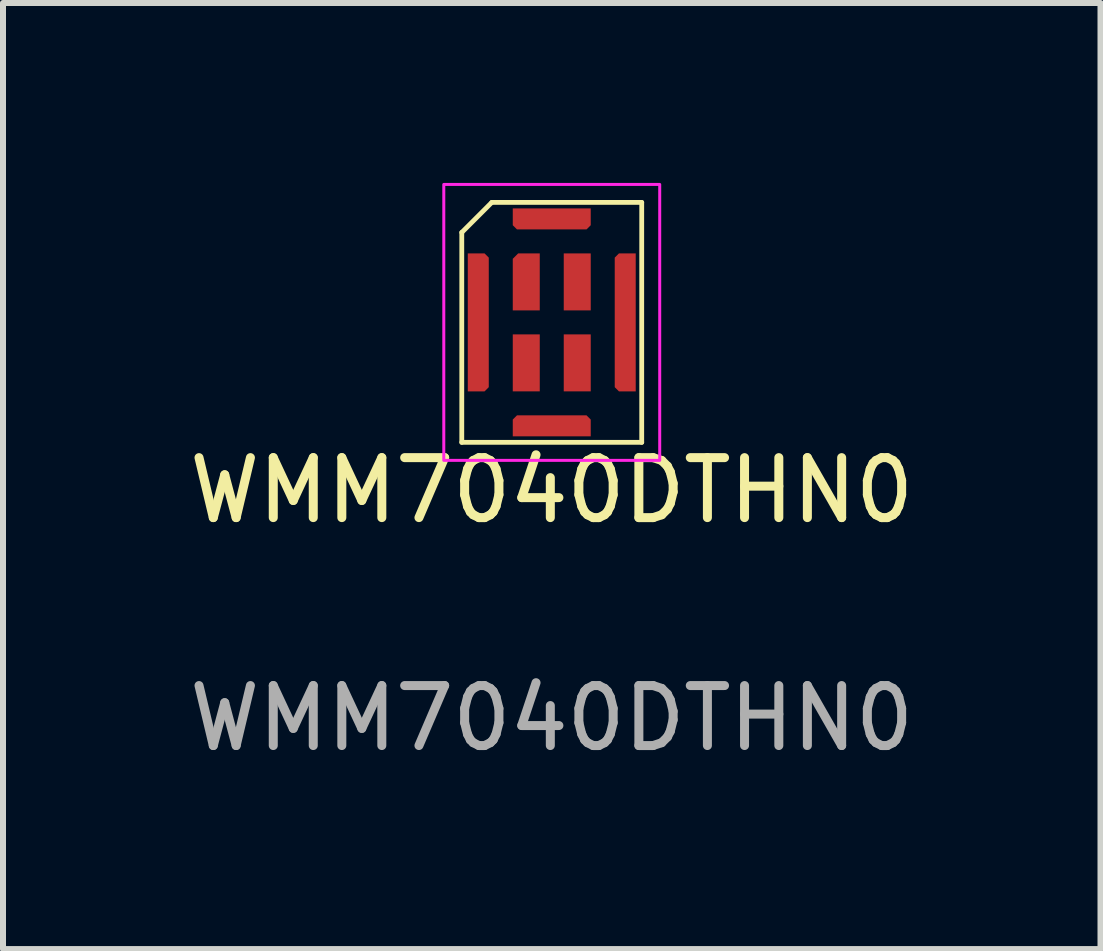
<source format=kicad_pcb>
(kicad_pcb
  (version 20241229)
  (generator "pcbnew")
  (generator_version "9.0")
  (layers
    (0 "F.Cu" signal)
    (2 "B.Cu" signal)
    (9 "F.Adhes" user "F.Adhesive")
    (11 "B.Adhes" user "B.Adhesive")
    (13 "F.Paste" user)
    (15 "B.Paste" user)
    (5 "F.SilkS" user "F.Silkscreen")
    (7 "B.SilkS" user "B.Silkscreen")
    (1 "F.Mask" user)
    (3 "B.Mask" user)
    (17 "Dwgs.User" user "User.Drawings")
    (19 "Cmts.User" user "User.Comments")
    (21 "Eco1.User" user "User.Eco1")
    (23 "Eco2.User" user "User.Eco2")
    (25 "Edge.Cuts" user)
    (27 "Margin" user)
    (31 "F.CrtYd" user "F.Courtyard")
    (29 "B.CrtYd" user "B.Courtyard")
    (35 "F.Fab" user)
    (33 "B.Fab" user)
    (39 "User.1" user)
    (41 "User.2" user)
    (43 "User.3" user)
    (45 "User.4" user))
  (footprint "WMM7040DTHN0"
    (layer "F.Cu")
    (at 6.149 2.325)
    (property "Reference" "WMM7040DTHN0" (at 0 2.8 0) (unlocked yes) (layer "F.SilkS") (effects (font (size 1 1) (thickness 0.15))))
    (attr smd)
    (fp_line (start -1.5 -1.5) (end -1.5 2) (stroke (width 0.08) (type default)) (layer "F.SilkS"))
    (fp_line (start -1.5 2) (end 1.5 2) (stroke (width 0.08) (type default)) (layer "F.SilkS"))
    (fp_line (start -1 -2) (end -1.5 -1.5) (stroke (width 0.08) (type default)) (layer "F.SilkS"))
    (fp_line (start 1.5 -2) (end -1 -2) (stroke (width 0.08) (type default)) (layer "F.SilkS"))
    (fp_line (start 1.5 2) (end 1.5 -2) (stroke (width 0.08) (type default)) (layer "F.SilkS"))
    (fp_rect (start -1.8 -2.3) (end 1.8 2.3) (stroke (width 0.05) (type default)) (fill no) (layer "F.CrtYd"))
    (fp_text user "${REFERENCE}" (at 0 6.6 0) (unlocked yes) (layer "F.Fab") (effects (font (size 1 1) (thickness 0.15))))
    (pad "1" smd roundrect (at -0.425 -0.675) (size 0.45 0.95) (layers "F.Cu" "F.Mask" "F.Paste") (roundrect_rratio 0) (chamfer_ratio 0.2) (chamfer top_left))
    (pad "2" smd rect (at -0.425 0.675) (size 0.45 0.95) (layers "F.Cu" "F.Mask" "F.Paste"))
    (pad "3" smd rect (at 0.425 0.675) (size 0.45 0.95) (layers "F.Cu" "F.Mask" "F.Paste"))
    (pad "4" smd rect (at 0.425 -0.675) (size 0.45 0.95) (layers "F.Cu" "F.Mask" "F.Paste"))
    (pad "5" smd roundrect (at 0 -1.725) (size 1.3 0.35) (layers "F.Cu" "F.Mask" "F.Paste") (roundrect_rratio 0) (chamfer_ratio 0.2) (chamfer bottom_left bottom_right))
    (pad "6" smd roundrect (at -1.225 0) (size 0.35 2.3) (layers "F.Cu" "F.Mask" "F.Paste") (roundrect_rratio 0) (chamfer_ratio 0.2) (chamfer top_right bottom_right))
    (pad "7" smd roundrect (at 0 1.725) (size 1.3 0.35) (layers "F.Cu" "F.Mask" "F.Paste") (roundrect_rratio 0) (chamfer_ratio 0.2) (chamfer top_left top_right))
    (pad "8" smd roundrect (at 1.225 0) (size 0.35 2.3) (layers "F.Cu" "F.Mask" "F.Paste") (roundrect_rratio 0) (chamfer_ratio 0.2) (chamfer top_left bottom_left)))
  (gr_rect
    (start -3 -3)
    (end 15.298 12.773)
    (stroke (width 0.1) (type default))
    (fill no)
    (layer "Edge.Cuts")))
</source>
